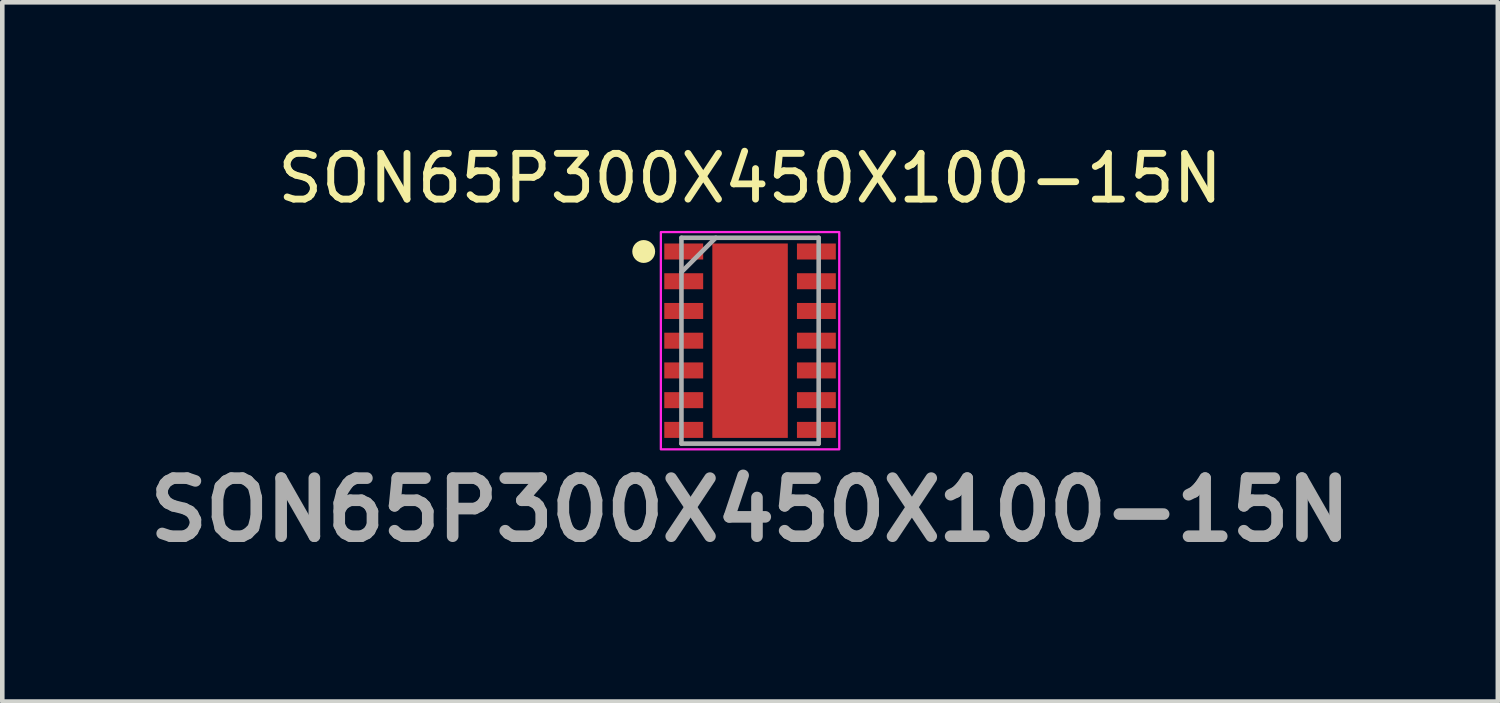
<source format=kicad_pcb>
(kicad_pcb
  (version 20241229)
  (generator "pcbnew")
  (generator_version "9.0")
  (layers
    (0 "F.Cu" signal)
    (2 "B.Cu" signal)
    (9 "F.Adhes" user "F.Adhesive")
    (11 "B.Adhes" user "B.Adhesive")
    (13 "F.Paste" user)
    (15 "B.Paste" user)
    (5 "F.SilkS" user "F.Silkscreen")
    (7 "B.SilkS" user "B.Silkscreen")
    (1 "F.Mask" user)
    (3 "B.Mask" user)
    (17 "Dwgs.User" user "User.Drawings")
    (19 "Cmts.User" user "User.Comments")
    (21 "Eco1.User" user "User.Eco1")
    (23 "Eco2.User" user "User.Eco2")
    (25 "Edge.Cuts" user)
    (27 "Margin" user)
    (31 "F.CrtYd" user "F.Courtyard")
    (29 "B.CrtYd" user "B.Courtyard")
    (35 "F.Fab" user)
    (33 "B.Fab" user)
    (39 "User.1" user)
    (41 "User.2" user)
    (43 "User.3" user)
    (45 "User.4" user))
  (footprint "SON65P300X450X100-15N"
    (layer "F.Cu")
    (at 13.347 4.398)
    (property "Reference" "SON65P300X450X100-15N" (at 0 -3.55 0) (layer "F.SilkS") (effects (font (size 1 1) (thickness 0.15))))
    (attr smd)
    (fp_circle (center -2.325 -1.95) (end -2.325 -1.825) (stroke (width 0.25) (type solid)) (fill no) (layer "F.SilkS"))
    (fp_rect (start -1.95 -2.375) (end 1.95 2.375) (stroke (width 0.05) (type solid)) (fill no) (layer "F.CrtYd"))
    (fp_line (start -1.5 -2.25) (end 1.5 -2.25) (stroke (width 0.1) (type solid)) (layer "F.Fab"))
    (fp_line (start -1.5 -1.5) (end -0.75 -2.25) (stroke (width 0.1) (type solid)) (layer "F.Fab"))
    (fp_line (start -1.5 2.25) (end -1.5 -2.25) (stroke (width 0.1) (type solid)) (layer "F.Fab"))
    (fp_line (start 1.5 -2.25) (end 1.5 2.25) (stroke (width 0.1) (type solid)) (layer "F.Fab"))
    (fp_line (start 1.5 2.25) (end -1.5 2.25) (stroke (width 0.1) (type solid)) (layer "F.Fab"))
    (fp_text user "${REFERENCE}" (at 0 3.7 0) (layer "F.Fab") (effects (font (size 1.27 1.27) (thickness 0.254))))
    (pad "1" smd rect (at -1.45 -1.95 90) (size 0.35 0.85) (layers "F.Cu" "F.Mask" "F.Paste"))
    (pad "2" smd rect (at -1.45 -1.3 90) (size 0.35 0.85) (layers "F.Cu" "F.Mask" "F.Paste"))
    (pad "3" smd rect (at -1.45 -0.65 90) (size 0.35 0.85) (layers "F.Cu" "F.Mask" "F.Paste"))
    (pad "4" smd rect (at -1.45 0 90) (size 0.35 0.85) (layers "F.Cu" "F.Mask" "F.Paste"))
    (pad "5" smd rect (at -1.45 0.65 90) (size 0.35 0.85) (layers "F.Cu" "F.Mask" "F.Paste"))
    (pad "6" smd rect (at -1.45 1.3 90) (size 0.35 0.85) (layers "F.Cu" "F.Mask" "F.Paste"))
    (pad "7" smd rect (at -1.45 1.95 90) (size 0.35 0.85) (layers "F.Cu" "F.Mask" "F.Paste"))
    (pad "8" smd rect (at 1.45 1.95 90) (size 0.35 0.85) (layers "F.Cu" "F.Mask" "F.Paste"))
    (pad "9" smd rect (at 1.45 1.3 90) (size 0.35 0.85) (layers "F.Cu" "F.Mask" "F.Paste"))
    (pad "10" smd rect (at 1.45 0.65 90) (size 0.35 0.85) (layers "F.Cu" "F.Mask" "F.Paste"))
    (pad "11" smd rect (at 1.45 0 90) (size 0.35 0.85) (layers "F.Cu" "F.Mask" "F.Paste"))
    (pad "12" smd rect (at 1.45 -0.65 90) (size 0.35 0.85) (layers "F.Cu" "F.Mask" "F.Paste"))
    (pad "13" smd rect (at 1.45 -1.3 90) (size 0.35 0.85) (layers "F.Cu" "F.Mask" "F.Paste"))
    (pad "14" smd rect (at 1.45 -1.95 90) (size 0.35 0.85) (layers "F.Cu" "F.Mask" "F.Paste"))
    (pad "15" smd rect (at 0 0) (size 1.65 4.25) (layers "F.Cu" "F.Mask" "F.Paste")))
  (gr_rect
    (start -3 -3)
    (end 29.694 12.287)
    (stroke (width 0.1) (type default))
    (fill no)
    (layer "Edge.Cuts")))
</source>
